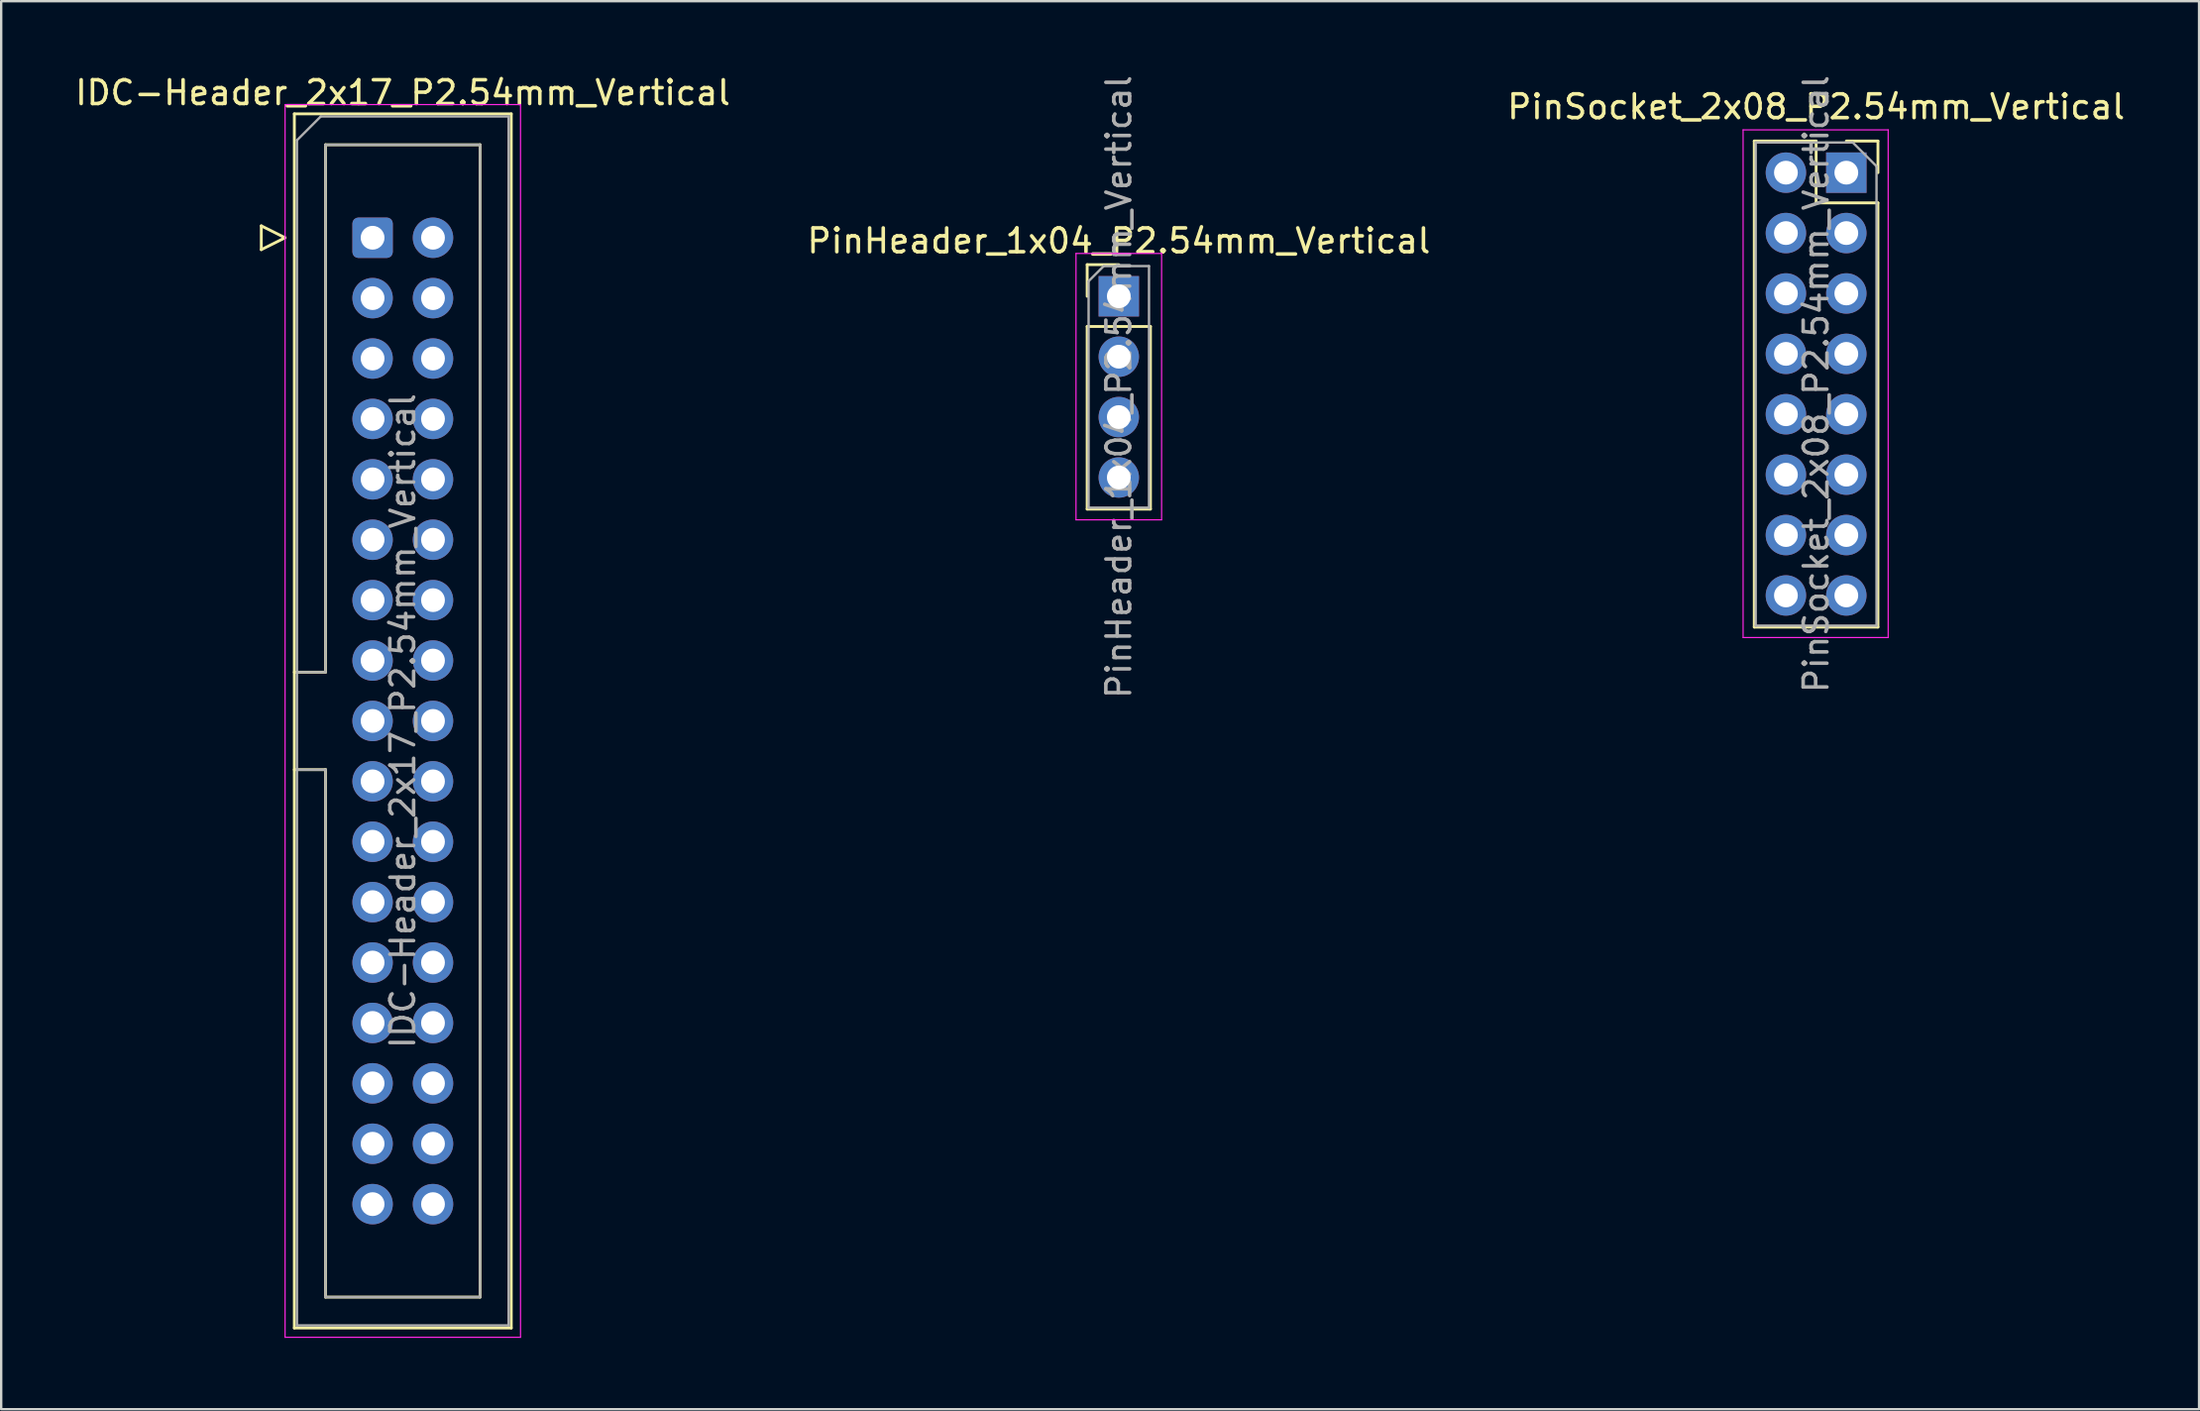
<source format=kicad_pcb>
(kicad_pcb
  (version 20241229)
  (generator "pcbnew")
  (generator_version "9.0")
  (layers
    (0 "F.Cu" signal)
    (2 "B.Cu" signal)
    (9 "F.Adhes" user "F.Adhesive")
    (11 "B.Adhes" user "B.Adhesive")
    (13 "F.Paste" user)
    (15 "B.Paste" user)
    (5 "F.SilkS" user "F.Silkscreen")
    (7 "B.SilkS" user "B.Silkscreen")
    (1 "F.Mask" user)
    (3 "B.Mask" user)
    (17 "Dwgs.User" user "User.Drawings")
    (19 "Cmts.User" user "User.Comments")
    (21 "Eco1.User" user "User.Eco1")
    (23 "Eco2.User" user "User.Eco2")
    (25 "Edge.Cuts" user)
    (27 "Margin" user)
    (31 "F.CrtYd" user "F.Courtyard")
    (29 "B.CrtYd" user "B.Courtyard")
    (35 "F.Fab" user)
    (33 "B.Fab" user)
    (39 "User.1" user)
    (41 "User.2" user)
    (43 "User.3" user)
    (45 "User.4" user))
  (footprint "PinHeader_1x04_P2.54mm_Vertical"
    (layer "F.Cu")
    (at 43.994 9.41)
    (property "Reference" "PinHeader_1x04_P2.54mm_Vertical" (at 0 -2.33 0) (layer "F.SilkS") (effects (font (size 1 1) (thickness 0.15))))
    (attr through_hole)
    (fp_line (start -1.33 -1.33) (end 0 -1.33) (stroke (width 0.12) (type solid)) (layer "F.SilkS"))
    (fp_line (start -1.33 0) (end -1.33 -1.33) (stroke (width 0.12) (type solid)) (layer "F.SilkS"))
    (fp_line (start -1.33 1.27) (end -1.33 8.95) (stroke (width 0.12) (type solid)) (layer "F.SilkS"))
    (fp_line (start -1.33 1.27) (end 1.33 1.27) (stroke (width 0.12) (type solid)) (layer "F.SilkS"))
    (fp_line (start -1.33 8.95) (end 1.33 8.95) (stroke (width 0.12) (type solid)) (layer "F.SilkS"))
    (fp_line (start 1.33 1.27) (end 1.33 8.95) (stroke (width 0.12) (type solid)) (layer "F.SilkS"))
    (fp_line (start -1.8 -1.8) (end -1.8 9.4) (stroke (width 0.05) (type solid)) (layer "F.CrtYd"))
    (fp_line (start -1.8 9.4) (end 1.8 9.4) (stroke (width 0.05) (type solid)) (layer "F.CrtYd"))
    (fp_line (start 1.8 -1.8) (end -1.8 -1.8) (stroke (width 0.05) (type solid)) (layer "F.CrtYd"))
    (fp_line (start 1.8 9.4) (end 1.8 -1.8) (stroke (width 0.05) (type solid)) (layer "F.CrtYd"))
    (fp_line (start -1.27 -0.635) (end -0.635 -1.27) (stroke (width 0.1) (type solid)) (layer "F.Fab"))
    (fp_line (start -1.27 8.89) (end -1.27 -0.635) (stroke (width 0.1) (type solid)) (layer "F.Fab"))
    (fp_line (start -0.635 -1.27) (end 1.27 -1.27) (stroke (width 0.1) (type solid)) (layer "F.Fab"))
    (fp_line (start 1.27 -1.27) (end 1.27 8.89) (stroke (width 0.1) (type solid)) (layer "F.Fab"))
    (fp_line (start 1.27 8.89) (end -1.27 8.89) (stroke (width 0.1) (type solid)) (layer "F.Fab"))
    (fp_text user "${REFERENCE}" (at 0 3.81 270) (layer "F.Fab") (effects (font (size 1 1) (thickness 0.15))))
    (pad "1" thru_hole rect (at 0 0) (size 1.7 1.7) (drill 1) (layers "*.Cu" "*.Mask"))
    (pad "2" thru_hole oval (at 0 2.54) (size 1.7 1.7) (drill 1) (layers "*.Cu" "*.Mask"))
    (pad "3" thru_hole oval (at 0 5.08) (size 1.7 1.7) (drill 1) (layers "*.Cu" "*.Mask"))
    (pad "4" thru_hole oval (at 0 7.62) (size 1.7 1.7) (drill 1) (layers "*.Cu" "*.Mask")))
  (footprint "PinSocket_2x08_P2.54mm_Vertical"
    (layer "F.Cu")
    (at 74.585 4.211)
    (property "Reference" "PinSocket_2x08_P2.54mm_Vertical" (at -1.27 -2.77 180) (layer "F.SilkS") (effects (font (size 1 1) (thickness 0.15))))
    (attr through_hole)
    (fp_line (start -3.87 -1.33) (end -3.87 19.11) (stroke (width 0.12) (type solid)) (layer "F.SilkS"))
    (fp_line (start -3.87 -1.33) (end -1.27 -1.33) (stroke (width 0.12) (type solid)) (layer "F.SilkS"))
    (fp_line (start -3.87 19.11) (end 1.33 19.11) (stroke (width 0.12) (type solid)) (layer "F.SilkS"))
    (fp_line (start -1.27 -1.33) (end -1.27 1.27) (stroke (width 0.12) (type solid)) (layer "F.SilkS"))
    (fp_line (start -1.27 1.27) (end 1.33 1.27) (stroke (width 0.12) (type solid)) (layer "F.SilkS"))
    (fp_line (start 0 -1.33) (end 1.33 -1.33) (stroke (width 0.12) (type solid)) (layer "F.SilkS"))
    (fp_line (start 1.33 -1.33) (end 1.33 0) (stroke (width 0.12) (type solid)) (layer "F.SilkS"))
    (fp_line (start 1.33 1.27) (end 1.33 19.11) (stroke (width 0.12) (type solid)) (layer "F.SilkS"))
    (fp_line (start -4.34 -1.8) (end 1.76 -1.8) (stroke (width 0.05) (type solid)) (layer "F.CrtYd"))
    (fp_line (start -4.34 19.55) (end -4.34 -1.8) (stroke (width 0.05) (type solid)) (layer "F.CrtYd"))
    (fp_line (start 1.76 -1.8) (end 1.76 19.55) (stroke (width 0.05) (type solid)) (layer "F.CrtYd"))
    (fp_line (start 1.76 19.55) (end -4.34 19.55) (stroke (width 0.05) (type solid)) (layer "F.CrtYd"))
    (fp_line (start -3.81 -1.27) (end 0.27 -1.27) (stroke (width 0.1) (type solid)) (layer "F.Fab"))
    (fp_line (start -3.81 19.05) (end -3.81 -1.27) (stroke (width 0.1) (type solid)) (layer "F.Fab"))
    (fp_line (start 0.27 -1.27) (end 1.27 -0.27) (stroke (width 0.1) (type solid)) (layer "F.Fab"))
    (fp_line (start 1.27 -0.27) (end 1.27 19.05) (stroke (width 0.1) (type solid)) (layer "F.Fab"))
    (fp_line (start 1.27 19.05) (end -3.81 19.05) (stroke (width 0.1) (type solid)) (layer "F.Fab"))
    (fp_text user "${REFERENCE}" (at -1.27 8.89 270) (layer "F.Fab") (effects (font (size 1 1) (thickness 0.15))))
    (pad "1" thru_hole rect (at 0 0) (size 1.7 1.7) (drill 1) (layers "*.Cu" "*.Mask"))
    (pad "2" thru_hole oval (at -2.54 0) (size 1.7 1.7) (drill 1) (layers "*.Cu" "*.Mask"))
    (pad "3" thru_hole oval (at 0 2.54) (size 1.7 1.7) (drill 1) (layers "*.Cu" "*.Mask"))
    (pad "4" thru_hole oval (at -2.54 2.54) (size 1.7 1.7) (drill 1) (layers "*.Cu" "*.Mask"))
    (pad "5" thru_hole oval (at 0 5.08) (size 1.7 1.7) (drill 1) (layers "*.Cu" "*.Mask"))
    (pad "6" thru_hole oval (at -2.54 5.08) (size 1.7 1.7) (drill 1) (layers "*.Cu" "*.Mask"))
    (pad "7" thru_hole oval (at 0 7.62) (size 1.7 1.7) (drill 1) (layers "*.Cu" "*.Mask"))
    (pad "8" thru_hole oval (at -2.54 7.62) (size 1.7 1.7) (drill 1) (layers "*.Cu" "*.Mask"))
    (pad "9" thru_hole oval (at 0 10.16) (size 1.7 1.7) (drill 1) (layers "*.Cu" "*.Mask"))
    (pad "10" thru_hole oval (at -2.54 10.16) (size 1.7 1.7) (drill 1) (layers "*.Cu" "*.Mask"))
    (pad "11" thru_hole oval (at 0 12.7) (size 1.7 1.7) (drill 1) (layers "*.Cu" "*.Mask"))
    (pad "12" thru_hole oval (at -2.54 12.7) (size 1.7 1.7) (drill 1) (layers "*.Cu" "*.Mask"))
    (pad "13" thru_hole oval (at 0 15.24) (size 1.7 1.7) (drill 1) (layers "*.Cu" "*.Mask"))
    (pad "14" thru_hole oval (at -2.54 15.24) (size 1.7 1.7) (drill 1) (layers "*.Cu" "*.Mask"))
    (pad "15" thru_hole oval (at 0 17.78) (size 1.7 1.7) (drill 1) (layers "*.Cu" "*.Mask"))
    (pad "16" thru_hole oval (at -2.54 17.78) (size 1.7 1.7) (drill 1) (layers "*.Cu" "*.Mask")))
  (footprint "IDC-Header_2x17_P2.54mm_Vertical"
    (layer "F.Cu")
    (at 12.617 6.948)
    (property "Reference" "IDC-Header_2x17_P2.54mm_Vertical" (at 1.27 -6.1 180) (layer "F.SilkS") (effects (font (size 1 1) (thickness 0.15))))
    (attr through_hole)
    (fp_line (start -4.68 -0.5) (end -4.68 0.5) (stroke (width 0.12) (type solid)) (layer "F.SilkS"))
    (fp_line (start -4.68 0.5) (end -3.68 0) (stroke (width 0.12) (type solid)) (layer "F.SilkS"))
    (fp_line (start -3.68 0) (end -4.68 -0.5) (stroke (width 0.12) (type solid)) (layer "F.SilkS"))
    (fp_line (start -3.29 -5.21) (end 5.83 -5.21) (stroke (width 0.12) (type solid)) (layer "F.SilkS"))
    (fp_line (start -3.29 18.27) (end -1.98 18.27) (stroke (width 0.12) (type solid)) (layer "F.SilkS"))
    (fp_line (start -3.29 45.85) (end -3.29 -5.21) (stroke (width 0.12) (type solid)) (layer "F.SilkS"))
    (fp_line (start -1.98 -3.91) (end 4.52 -3.91) (stroke (width 0.12) (type solid)) (layer "F.SilkS"))
    (fp_line (start -1.98 18.27) (end -1.98 -3.91) (stroke (width 0.12) (type solid)) (layer "F.SilkS"))
    (fp_line (start -1.98 22.37) (end -3.29 22.37) (stroke (width 0.12) (type solid)) (layer "F.SilkS"))
    (fp_line (start -1.98 22.37) (end -1.98 22.37) (stroke (width 0.12) (type solid)) (layer "F.SilkS"))
    (fp_line (start -1.98 44.55) (end -1.98 22.37) (stroke (width 0.12) (type solid)) (layer "F.SilkS"))
    (fp_line (start 4.52 -3.91) (end 4.52 44.55) (stroke (width 0.12) (type solid)) (layer "F.SilkS"))
    (fp_line (start 4.52 44.55) (end -1.98 44.55) (stroke (width 0.12) (type solid)) (layer "F.SilkS"))
    (fp_line (start 5.83 -5.21) (end 5.83 45.85) (stroke (width 0.12) (type solid)) (layer "F.SilkS"))
    (fp_line (start 5.83 45.85) (end -3.29 45.85) (stroke (width 0.12) (type solid)) (layer "F.SilkS"))
    (fp_line (start -3.68 -5.6) (end -3.68 46.24) (stroke (width 0.05) (type solid)) (layer "F.CrtYd"))
    (fp_line (start -3.68 46.24) (end 6.22 46.24) (stroke (width 0.05) (type solid)) (layer "F.CrtYd"))
    (fp_line (start 6.22 -5.6) (end -3.68 -5.6) (stroke (width 0.05) (type solid)) (layer "F.CrtYd"))
    (fp_line (start 6.22 46.24) (end 6.22 -5.6) (stroke (width 0.05) (type solid)) (layer "F.CrtYd"))
    (fp_line (start -3.18 -4.1) (end -2.18 -5.1) (stroke (width 0.1) (type solid)) (layer "F.Fab"))
    (fp_line (start -3.18 18.27) (end -1.98 18.27) (stroke (width 0.1) (type solid)) (layer "F.Fab"))
    (fp_line (start -3.18 45.74) (end -3.18 -4.1) (stroke (width 0.1) (type solid)) (layer "F.Fab"))
    (fp_line (start -2.18 -5.1) (end 5.72 -5.1) (stroke (width 0.1) (type solid)) (layer "F.Fab"))
    (fp_line (start -1.98 -3.91) (end 4.52 -3.91) (stroke (width 0.1) (type solid)) (layer "F.Fab"))
    (fp_line (start -1.98 18.27) (end -1.98 -3.91) (stroke (width 0.1) (type solid)) (layer "F.Fab"))
    (fp_line (start -1.98 22.37) (end -3.18 22.37) (stroke (width 0.1) (type solid)) (layer "F.Fab"))
    (fp_line (start -1.98 22.37) (end -1.98 22.37) (stroke (width 0.1) (type solid)) (layer "F.Fab"))
    (fp_line (start -1.98 44.55) (end -1.98 22.37) (stroke (width 0.1) (type solid)) (layer "F.Fab"))
    (fp_line (start 4.52 -3.91) (end 4.52 44.55) (stroke (width 0.1) (type solid)) (layer "F.Fab"))
    (fp_line (start 4.52 44.55) (end -1.98 44.55) (stroke (width 0.1) (type solid)) (layer "F.Fab"))
    (fp_line (start 5.72 -5.1) (end 5.72 45.74) (stroke (width 0.1) (type solid)) (layer "F.Fab"))
    (fp_line (start 5.72 45.74) (end -3.18 45.74) (stroke (width 0.1) (type solid)) (layer "F.Fab"))
    (fp_text user "${REFERENCE}" (at 1.27 20.32 90) (layer "F.Fab") (effects (font (size 1 1) (thickness 0.15))))
    (pad "1" thru_hole roundrect (at 0 0) (size 1.7 1.7) (drill 1) (layers "*.Cu" "*.Mask") (roundrect_rratio 0.147))
    (pad "2" thru_hole circle (at 2.54 0) (size 1.7 1.7) (drill 1) (layers "*.Cu" "*.Mask"))
    (pad "3" thru_hole circle (at 0 2.54) (size 1.7 1.7) (drill 1) (layers "*.Cu" "*.Mask"))
    (pad "4" thru_hole circle (at 2.54 2.54) (size 1.7 1.7) (drill 1) (layers "*.Cu" "*.Mask"))
    (pad "5" thru_hole circle (at 0 5.08) (size 1.7 1.7) (drill 1) (layers "*.Cu" "*.Mask"))
    (pad "6" thru_hole circle (at 2.54 5.08) (size 1.7 1.7) (drill 1) (layers "*.Cu" "*.Mask"))
    (pad "7" thru_hole circle (at 0 7.62) (size 1.7 1.7) (drill 1) (layers "*.Cu" "*.Mask"))
    (pad "8" thru_hole circle (at 2.54 7.62) (size 1.7 1.7) (drill 1) (layers "*.Cu" "*.Mask"))
    (pad "9" thru_hole circle (at 0 10.16) (size 1.7 1.7) (drill 1) (layers "*.Cu" "*.Mask"))
    (pad "10" thru_hole circle (at 2.54 10.16) (size 1.7 1.7) (drill 1) (layers "*.Cu" "*.Mask"))
    (pad "11" thru_hole circle (at 0 12.7) (size 1.7 1.7) (drill 1) (layers "*.Cu" "*.Mask"))
    (pad "12" thru_hole circle (at 2.54 12.7) (size 1.7 1.7) (drill 1) (layers "*.Cu" "*.Mask"))
    (pad "13" thru_hole circle (at 0 15.24) (size 1.7 1.7) (drill 1) (layers "*.Cu" "*.Mask"))
    (pad "14" thru_hole circle (at 2.54 15.24) (size 1.7 1.7) (drill 1) (layers "*.Cu" "*.Mask"))
    (pad "15" thru_hole circle (at 0 17.78) (size 1.7 1.7) (drill 1) (layers "*.Cu" "*.Mask"))
    (pad "16" thru_hole circle (at 2.54 17.78) (size 1.7 1.7) (drill 1) (layers "*.Cu" "*.Mask"))
    (pad "17" thru_hole circle (at 0 20.32) (size 1.7 1.7) (drill 1) (layers "*.Cu" "*.Mask"))
    (pad "18" thru_hole circle (at 2.54 20.32) (size 1.7 1.7) (drill 1) (layers "*.Cu" "*.Mask"))
    (pad "19" thru_hole circle (at 0 22.86) (size 1.7 1.7) (drill 1) (layers "*.Cu" "*.Mask"))
    (pad "20" thru_hole circle (at 2.54 22.86) (size 1.7 1.7) (drill 1) (layers "*.Cu" "*.Mask"))
    (pad "21" thru_hole circle (at 0 25.4) (size 1.7 1.7) (drill 1) (layers "*.Cu" "*.Mask"))
    (pad "22" thru_hole circle (at 2.54 25.4) (size 1.7 1.7) (drill 1) (layers "*.Cu" "*.Mask"))
    (pad "23" thru_hole circle (at 0 27.94) (size 1.7 1.7) (drill 1) (layers "*.Cu" "*.Mask"))
    (pad "24" thru_hole circle (at 2.54 27.94) (size 1.7 1.7) (drill 1) (layers "*.Cu" "*.Mask"))
    (pad "25" thru_hole circle (at 0 30.48) (size 1.7 1.7) (drill 1) (layers "*.Cu" "*.Mask"))
    (pad "26" thru_hole circle (at 2.54 30.48) (size 1.7 1.7) (drill 1) (layers "*.Cu" "*.Mask"))
    (pad "27" thru_hole circle (at 0 33.02) (size 1.7 1.7) (drill 1) (layers "*.Cu" "*.Mask"))
    (pad "28" thru_hole circle (at 2.54 33.02) (size 1.7 1.7) (drill 1) (layers "*.Cu" "*.Mask"))
    (pad "29" thru_hole circle (at 0 35.56) (size 1.7 1.7) (drill 1) (layers "*.Cu" "*.Mask"))
    (pad "30" thru_hole circle (at 2.54 35.56) (size 1.7 1.7) (drill 1) (layers "*.Cu" "*.Mask"))
    (pad "31" thru_hole circle (at 0 38.1) (size 1.7 1.7) (drill 1) (layers "*.Cu" "*.Mask"))
    (pad "32" thru_hole circle (at 2.54 38.1) (size 1.7 1.7) (drill 1) (layers "*.Cu" "*.Mask"))
    (pad "33" thru_hole circle (at 0 40.64) (size 1.7 1.7) (drill 1) (layers "*.Cu" "*.Mask"))
    (pad "34" thru_hole circle (at 2.54 40.64) (size 1.7 1.7) (drill 1) (layers "*.Cu" "*.Mask")))
  (gr_rect
    (start -3 -3)
    (end 89.417 56.213)
    (stroke (width 0.1) (type default))
    (fill no)
    (layer "Edge.Cuts")))
</source>
